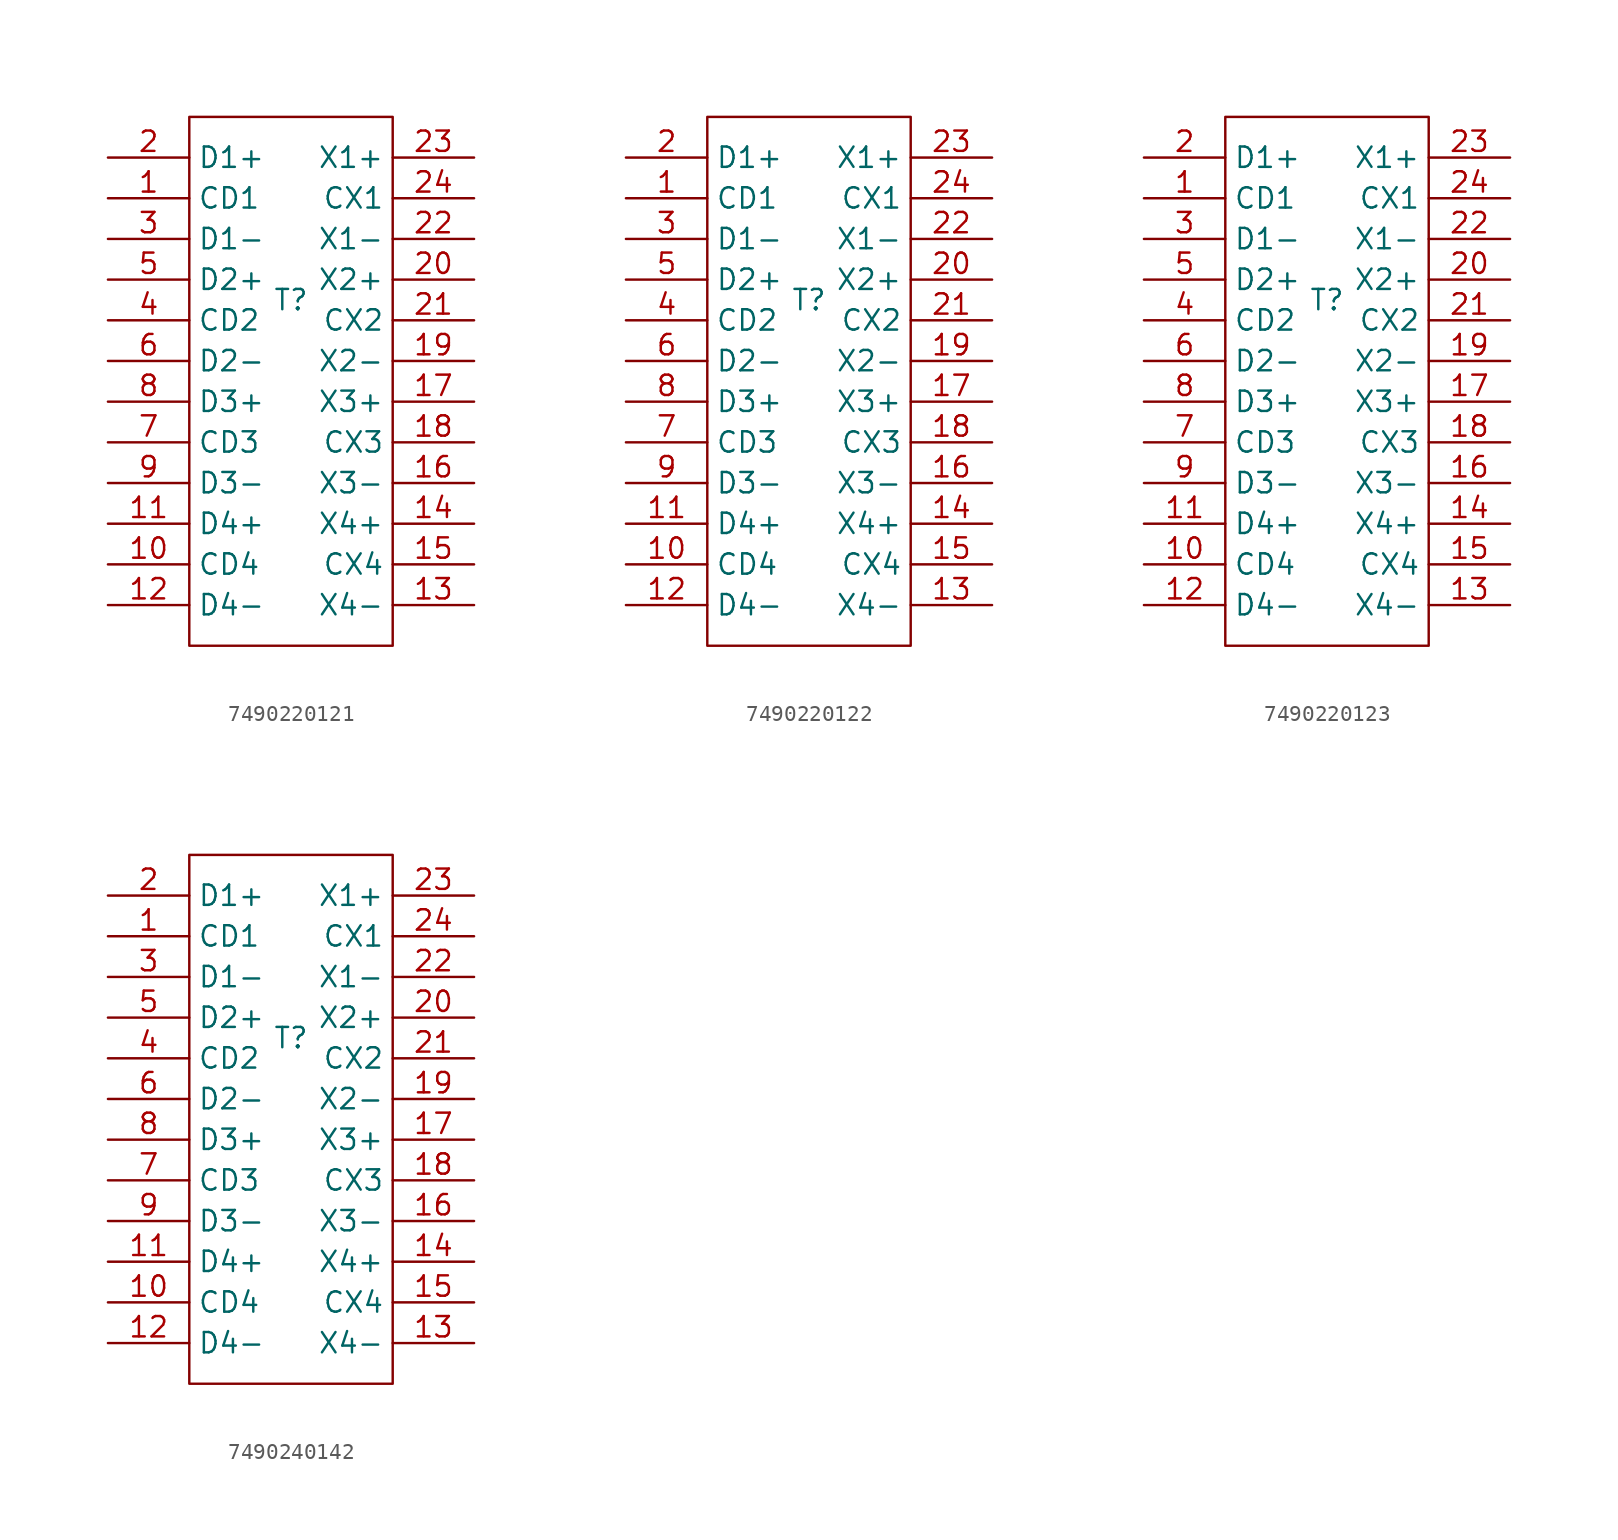
<source format=kicad_sym>
(kicad_symbol_lib
  (version 20220914)
  (generator kicad_symbol_editor)
  (symbol "7490220121"
    (property "Reference" "T"
      (at 0 5.08 0)
      (effects (font (size 1.27 1.27))))
    (property "Critical Parameter" ""
      (at 0 -5.08 0)
      (effects (font (size 1.27 1.27)) (justify left)))
    (symbol "7490220121_0_1"
      (rectangle (start -6.35 16.51) (end 6.35 -16.51) (stroke (width 0) (type default)) (fill (type none))))
    (symbol "7490220121_1_1"
      (pin passive line (at -11.43 11.43 0) (length 5.08) (name "CD1" (effects (font (size 1.27 1.27)))) (number "1" (effects (font (size 1.27 1.27)))))
      (pin passive line (at -11.43 -11.43 0) (length 5.08) (name "CD4" (effects (font (size 1.27 1.27)))) (number "10" (effects (font (size 1.27 1.27)))))
      (pin passive line (at -11.43 -8.89 0) (length 5.08) (name "D4+" (effects (font (size 1.27 1.27)))) (number "11" (effects (font (size 1.27 1.27)))))
      (pin passive line (at -11.43 -13.97 0) (length 5.08) (name "D4-" (effects (font (size 1.27 1.27)))) (number "12" (effects (font (size 1.27 1.27)))))
      (pin passive line (at 11.43 -13.97 180) (length 5.08) (name "X4-" (effects (font (size 1.27 1.27)))) (number "13" (effects (font (size 1.27 1.27)))))
      (pin passive line (at 11.43 -8.89 180) (length 5.08) (name "X4+" (effects (font (size 1.27 1.27)))) (number "14" (effects (font (size 1.27 1.27)))))
      (pin passive line (at 11.43 -11.43 180) (length 5.08) (name "CX4" (effects (font (size 1.27 1.27)))) (number "15" (effects (font (size 1.27 1.27)))))
      (pin passive line (at 11.43 -6.35 180) (length 5.08) (name "X3-" (effects (font (size 1.27 1.27)))) (number "16" (effects (font (size 1.27 1.27)))))
      (pin passive line (at 11.43 -1.27 180) (length 5.08) (name "X3+" (effects (font (size 1.27 1.27)))) (number "17" (effects (font (size 1.27 1.27)))))
      (pin passive line (at 11.43 -3.81 180) (length 5.08) (name "CX3" (effects (font (size 1.27 1.27)))) (number "18" (effects (font (size 1.27 1.27)))))
      (pin passive line (at 11.43 1.27 180) (length 5.08) (name "X2-" (effects (font (size 1.27 1.27)))) (number "19" (effects (font (size 1.27 1.27)))))
      (pin passive line (at -11.43 13.97 0) (length 5.08) (name "D1+" (effects (font (size 1.27 1.27)))) (number "2" (effects (font (size 1.27 1.27)))))
      (pin passive line (at 11.43 6.35 180) (length 5.08) (name "X2+" (effects (font (size 1.27 1.27)))) (number "20" (effects (font (size 1.27 1.27)))))
      (pin passive line (at 11.43 3.81 180) (length 5.08) (name "CX2" (effects (font (size 1.27 1.27)))) (number "21" (effects (font (size 1.27 1.27)))))
      (pin passive line (at 11.43 8.89 180) (length 5.08) (name "X1-" (effects (font (size 1.27 1.27)))) (number "22" (effects (font (size 1.27 1.27)))))
      (pin passive line (at 11.43 13.97 180) (length 5.08) (name "X1+" (effects (font (size 1.27 1.27)))) (number "23" (effects (font (size 1.27 1.27)))))
      (pin passive line (at 11.43 11.43 180) (length 5.08) (name "CX1" (effects (font (size 1.27 1.27)))) (number "24" (effects (font (size 1.27 1.27)))))
      (pin passive line (at -11.43 8.89 0) (length 5.08) (name "D1-" (effects (font (size 1.27 1.27)))) (number "3" (effects (font (size 1.27 1.27)))))
      (pin passive line (at -11.43 3.81 0) (length 5.08) (name "CD2" (effects (font (size 1.27 1.27)))) (number "4" (effects (font (size 1.27 1.27)))))
      (pin passive line (at -11.43 6.35 0) (length 5.08) (name "D2+" (effects (font (size 1.27 1.27)))) (number "5" (effects (font (size 1.27 1.27)))))
      (pin passive line (at -11.43 1.27 0) (length 5.08) (name "D2-" (effects (font (size 1.27 1.27)))) (number "6" (effects (font (size 1.27 1.27)))))
      (pin passive line (at -11.43 -3.81 0) (length 5.08) (name "CD3" (effects (font (size 1.27 1.27)))) (number "7" (effects (font (size 1.27 1.27)))))
      (pin passive line (at -11.43 -1.27 0) (length 5.08) (name "D3+" (effects (font (size 1.27 1.27)))) (number "8" (effects (font (size 1.27 1.27)))))
      (pin passive line (at -11.43 -6.35 0) (length 5.08) (name "D3-" (effects (font (size 1.27 1.27)))) (number "9" (effects (font (size 1.27 1.27)))))))
  (symbol "7490220122"
    (property "Reference" "T"
      (at 0 5.08 0)
      (effects (font (size 1.27 1.27))))
    (property "Critical Parameter" ""
      (at 0 -5.08 0)
      (effects (font (size 1.27 1.27)) (justify left)))
    (symbol "7490220122_0_1"
      (rectangle (start -6.35 16.51) (end 6.35 -16.51) (stroke (width 0) (type default)) (fill (type none))))
    (symbol "7490220122_1_1"
      (pin passive line (at -11.43 11.43 0) (length 5.08) (name "CD1" (effects (font (size 1.27 1.27)))) (number "1" (effects (font (size 1.27 1.27)))))
      (pin passive line (at -11.43 -11.43 0) (length 5.08) (name "CD4" (effects (font (size 1.27 1.27)))) (number "10" (effects (font (size 1.27 1.27)))))
      (pin passive line (at -11.43 -8.89 0) (length 5.08) (name "D4+" (effects (font (size 1.27 1.27)))) (number "11" (effects (font (size 1.27 1.27)))))
      (pin passive line (at -11.43 -13.97 0) (length 5.08) (name "D4-" (effects (font (size 1.27 1.27)))) (number "12" (effects (font (size 1.27 1.27)))))
      (pin passive line (at 11.43 -13.97 180) (length 5.08) (name "X4-" (effects (font (size 1.27 1.27)))) (number "13" (effects (font (size 1.27 1.27)))))
      (pin passive line (at 11.43 -8.89 180) (length 5.08) (name "X4+" (effects (font (size 1.27 1.27)))) (number "14" (effects (font (size 1.27 1.27)))))
      (pin passive line (at 11.43 -11.43 180) (length 5.08) (name "CX4" (effects (font (size 1.27 1.27)))) (number "15" (effects (font (size 1.27 1.27)))))
      (pin passive line (at 11.43 -6.35 180) (length 5.08) (name "X3-" (effects (font (size 1.27 1.27)))) (number "16" (effects (font (size 1.27 1.27)))))
      (pin passive line (at 11.43 -1.27 180) (length 5.08) (name "X3+" (effects (font (size 1.27 1.27)))) (number "17" (effects (font (size 1.27 1.27)))))
      (pin passive line (at 11.43 -3.81 180) (length 5.08) (name "CX3" (effects (font (size 1.27 1.27)))) (number "18" (effects (font (size 1.27 1.27)))))
      (pin passive line (at 11.43 1.27 180) (length 5.08) (name "X2-" (effects (font (size 1.27 1.27)))) (number "19" (effects (font (size 1.27 1.27)))))
      (pin passive line (at -11.43 13.97 0) (length 5.08) (name "D1+" (effects (font (size 1.27 1.27)))) (number "2" (effects (font (size 1.27 1.27)))))
      (pin passive line (at 11.43 6.35 180) (length 5.08) (name "X2+" (effects (font (size 1.27 1.27)))) (number "20" (effects (font (size 1.27 1.27)))))
      (pin passive line (at 11.43 3.81 180) (length 5.08) (name "CX2" (effects (font (size 1.27 1.27)))) (number "21" (effects (font (size 1.27 1.27)))))
      (pin passive line (at 11.43 8.89 180) (length 5.08) (name "X1-" (effects (font (size 1.27 1.27)))) (number "22" (effects (font (size 1.27 1.27)))))
      (pin passive line (at 11.43 13.97 180) (length 5.08) (name "X1+" (effects (font (size 1.27 1.27)))) (number "23" (effects (font (size 1.27 1.27)))))
      (pin passive line (at 11.43 11.43 180) (length 5.08) (name "CX1" (effects (font (size 1.27 1.27)))) (number "24" (effects (font (size 1.27 1.27)))))
      (pin passive line (at -11.43 8.89 0) (length 5.08) (name "D1-" (effects (font (size 1.27 1.27)))) (number "3" (effects (font (size 1.27 1.27)))))
      (pin passive line (at -11.43 3.81 0) (length 5.08) (name "CD2" (effects (font (size 1.27 1.27)))) (number "4" (effects (font (size 1.27 1.27)))))
      (pin passive line (at -11.43 6.35 0) (length 5.08) (name "D2+" (effects (font (size 1.27 1.27)))) (number "5" (effects (font (size 1.27 1.27)))))
      (pin passive line (at -11.43 1.27 0) (length 5.08) (name "D2-" (effects (font (size 1.27 1.27)))) (number "6" (effects (font (size 1.27 1.27)))))
      (pin passive line (at -11.43 -3.81 0) (length 5.08) (name "CD3" (effects (font (size 1.27 1.27)))) (number "7" (effects (font (size 1.27 1.27)))))
      (pin passive line (at -11.43 -1.27 0) (length 5.08) (name "D3+" (effects (font (size 1.27 1.27)))) (number "8" (effects (font (size 1.27 1.27)))))
      (pin passive line (at -11.43 -6.35 0) (length 5.08) (name "D3-" (effects (font (size 1.27 1.27)))) (number "9" (effects (font (size 1.27 1.27)))))))
  (symbol "7490220123"
    (property "Reference" "T"
      (at 0 5.08 0)
      (effects (font (size 1.27 1.27))))
    (property "Critical Parameter" ""
      (at 0 -5.08 0)
      (effects (font (size 1.27 1.27)) (justify left)))
    (symbol "7490220123_0_1"
      (rectangle (start -6.35 16.51) (end 6.35 -16.51) (stroke (width 0) (type default)) (fill (type none))))
    (symbol "7490220123_1_1"
      (pin passive line (at -11.43 11.43 0) (length 5.08) (name "CD1" (effects (font (size 1.27 1.27)))) (number "1" (effects (font (size 1.27 1.27)))))
      (pin passive line (at -11.43 -11.43 0) (length 5.08) (name "CD4" (effects (font (size 1.27 1.27)))) (number "10" (effects (font (size 1.27 1.27)))))
      (pin passive line (at -11.43 -8.89 0) (length 5.08) (name "D4+" (effects (font (size 1.27 1.27)))) (number "11" (effects (font (size 1.27 1.27)))))
      (pin passive line (at -11.43 -13.97 0) (length 5.08) (name "D4-" (effects (font (size 1.27 1.27)))) (number "12" (effects (font (size 1.27 1.27)))))
      (pin passive line (at 11.43 -13.97 180) (length 5.08) (name "X4-" (effects (font (size 1.27 1.27)))) (number "13" (effects (font (size 1.27 1.27)))))
      (pin passive line (at 11.43 -8.89 180) (length 5.08) (name "X4+" (effects (font (size 1.27 1.27)))) (number "14" (effects (font (size 1.27 1.27)))))
      (pin passive line (at 11.43 -11.43 180) (length 5.08) (name "CX4" (effects (font (size 1.27 1.27)))) (number "15" (effects (font (size 1.27 1.27)))))
      (pin passive line (at 11.43 -6.35 180) (length 5.08) (name "X3-" (effects (font (size 1.27 1.27)))) (number "16" (effects (font (size 1.27 1.27)))))
      (pin passive line (at 11.43 -1.27 180) (length 5.08) (name "X3+" (effects (font (size 1.27 1.27)))) (number "17" (effects (font (size 1.27 1.27)))))
      (pin passive line (at 11.43 -3.81 180) (length 5.08) (name "CX3" (effects (font (size 1.27 1.27)))) (number "18" (effects (font (size 1.27 1.27)))))
      (pin passive line (at 11.43 1.27 180) (length 5.08) (name "X2-" (effects (font (size 1.27 1.27)))) (number "19" (effects (font (size 1.27 1.27)))))
      (pin passive line (at -11.43 13.97 0) (length 5.08) (name "D1+" (effects (font (size 1.27 1.27)))) (number "2" (effects (font (size 1.27 1.27)))))
      (pin passive line (at 11.43 6.35 180) (length 5.08) (name "X2+" (effects (font (size 1.27 1.27)))) (number "20" (effects (font (size 1.27 1.27)))))
      (pin passive line (at 11.43 3.81 180) (length 5.08) (name "CX2" (effects (font (size 1.27 1.27)))) (number "21" (effects (font (size 1.27 1.27)))))
      (pin passive line (at 11.43 8.89 180) (length 5.08) (name "X1-" (effects (font (size 1.27 1.27)))) (number "22" (effects (font (size 1.27 1.27)))))
      (pin passive line (at 11.43 13.97 180) (length 5.08) (name "X1+" (effects (font (size 1.27 1.27)))) (number "23" (effects (font (size 1.27 1.27)))))
      (pin passive line (at 11.43 11.43 180) (length 5.08) (name "CX1" (effects (font (size 1.27 1.27)))) (number "24" (effects (font (size 1.27 1.27)))))
      (pin passive line (at -11.43 8.89 0) (length 5.08) (name "D1-" (effects (font (size 1.27 1.27)))) (number "3" (effects (font (size 1.27 1.27)))))
      (pin passive line (at -11.43 3.81 0) (length 5.08) (name "CD2" (effects (font (size 1.27 1.27)))) (number "4" (effects (font (size 1.27 1.27)))))
      (pin passive line (at -11.43 6.35 0) (length 5.08) (name "D2+" (effects (font (size 1.27 1.27)))) (number "5" (effects (font (size 1.27 1.27)))))
      (pin passive line (at -11.43 1.27 0) (length 5.08) (name "D2-" (effects (font (size 1.27 1.27)))) (number "6" (effects (font (size 1.27 1.27)))))
      (pin passive line (at -11.43 -3.81 0) (length 5.08) (name "CD3" (effects (font (size 1.27 1.27)))) (number "7" (effects (font (size 1.27 1.27)))))
      (pin passive line (at -11.43 -1.27 0) (length 5.08) (name "D3+" (effects (font (size 1.27 1.27)))) (number "8" (effects (font (size 1.27 1.27)))))
      (pin passive line (at -11.43 -6.35 0) (length 5.08) (name "D3-" (effects (font (size 1.27 1.27)))) (number "9" (effects (font (size 1.27 1.27)))))))
  (symbol "7490240142"
    (property "Reference" "T"
      (at 0 5.08 0)
      (effects (font (size 1.27 1.27))))
    (property "Critical Parameter" ""
      (at 0 -5.08 0)
      (effects (font (size 1.27 1.27)) (justify left)))
    (symbol "7490240142_0_1"
      (rectangle (start -6.35 16.51) (end 6.35 -16.51) (stroke (width 0) (type default)) (fill (type none))))
    (symbol "7490240142_1_1"
      (pin passive line (at -11.43 11.43 0) (length 5.08) (name "CD1" (effects (font (size 1.27 1.27)))) (number "1" (effects (font (size 1.27 1.27)))))
      (pin passive line (at -11.43 -11.43 0) (length 5.08) (name "CD4" (effects (font (size 1.27 1.27)))) (number "10" (effects (font (size 1.27 1.27)))))
      (pin passive line (at -11.43 -8.89 0) (length 5.08) (name "D4+" (effects (font (size 1.27 1.27)))) (number "11" (effects (font (size 1.27 1.27)))))
      (pin passive line (at -11.43 -13.97 0) (length 5.08) (name "D4-" (effects (font (size 1.27 1.27)))) (number "12" (effects (font (size 1.27 1.27)))))
      (pin passive line (at 11.43 -13.97 180) (length 5.08) (name "X4-" (effects (font (size 1.27 1.27)))) (number "13" (effects (font (size 1.27 1.27)))))
      (pin passive line (at 11.43 -8.89 180) (length 5.08) (name "X4+" (effects (font (size 1.27 1.27)))) (number "14" (effects (font (size 1.27 1.27)))))
      (pin passive line (at 11.43 -11.43 180) (length 5.08) (name "CX4" (effects (font (size 1.27 1.27)))) (number "15" (effects (font (size 1.27 1.27)))))
      (pin passive line (at 11.43 -6.35 180) (length 5.08) (name "X3-" (effects (font (size 1.27 1.27)))) (number "16" (effects (font (size 1.27 1.27)))))
      (pin passive line (at 11.43 -1.27 180) (length 5.08) (name "X3+" (effects (font (size 1.27 1.27)))) (number "17" (effects (font (size 1.27 1.27)))))
      (pin passive line (at 11.43 -3.81 180) (length 5.08) (name "CX3" (effects (font (size 1.27 1.27)))) (number "18" (effects (font (size 1.27 1.27)))))
      (pin passive line (at 11.43 1.27 180) (length 5.08) (name "X2-" (effects (font (size 1.27 1.27)))) (number "19" (effects (font (size 1.27 1.27)))))
      (pin passive line (at -11.43 13.97 0) (length 5.08) (name "D1+" (effects (font (size 1.27 1.27)))) (number "2" (effects (font (size 1.27 1.27)))))
      (pin passive line (at 11.43 6.35 180) (length 5.08) (name "X2+" (effects (font (size 1.27 1.27)))) (number "20" (effects (font (size 1.27 1.27)))))
      (pin passive line (at 11.43 3.81 180) (length 5.08) (name "CX2" (effects (font (size 1.27 1.27)))) (number "21" (effects (font (size 1.27 1.27)))))
      (pin passive line (at 11.43 8.89 180) (length 5.08) (name "X1-" (effects (font (size 1.27 1.27)))) (number "22" (effects (font (size 1.27 1.27)))))
      (pin passive line (at 11.43 13.97 180) (length 5.08) (name "X1+" (effects (font (size 1.27 1.27)))) (number "23" (effects (font (size 1.27 1.27)))))
      (pin passive line (at 11.43 11.43 180) (length 5.08) (name "CX1" (effects (font (size 1.27 1.27)))) (number "24" (effects (font (size 1.27 1.27)))))
      (pin passive line (at -11.43 8.89 0) (length 5.08) (name "D1-" (effects (font (size 1.27 1.27)))) (number "3" (effects (font (size 1.27 1.27)))))
      (pin passive line (at -11.43 3.81 0) (length 5.08) (name "CD2" (effects (font (size 1.27 1.27)))) (number "4" (effects (font (size 1.27 1.27)))))
      (pin passive line (at -11.43 6.35 0) (length 5.08) (name "D2+" (effects (font (size 1.27 1.27)))) (number "5" (effects (font (size 1.27 1.27)))))
      (pin passive line (at -11.43 1.27 0) (length 5.08) (name "D2-" (effects (font (size 1.27 1.27)))) (number "6" (effects (font (size 1.27 1.27)))))
      (pin passive line (at -11.43 -3.81 0) (length 5.08) (name "CD3" (effects (font (size 1.27 1.27)))) (number "7" (effects (font (size 1.27 1.27)))))
      (pin passive line (at -11.43 -1.27 0) (length 5.08) (name "D3+" (effects (font (size 1.27 1.27)))) (number "8" (effects (font (size 1.27 1.27)))))
      (pin passive line (at -11.43 -6.35 0) (length 5.08) (name "D3-" (effects (font (size 1.27 1.27)))) (number "9" (effects (font (size 1.27 1.27))))))))
</source>
